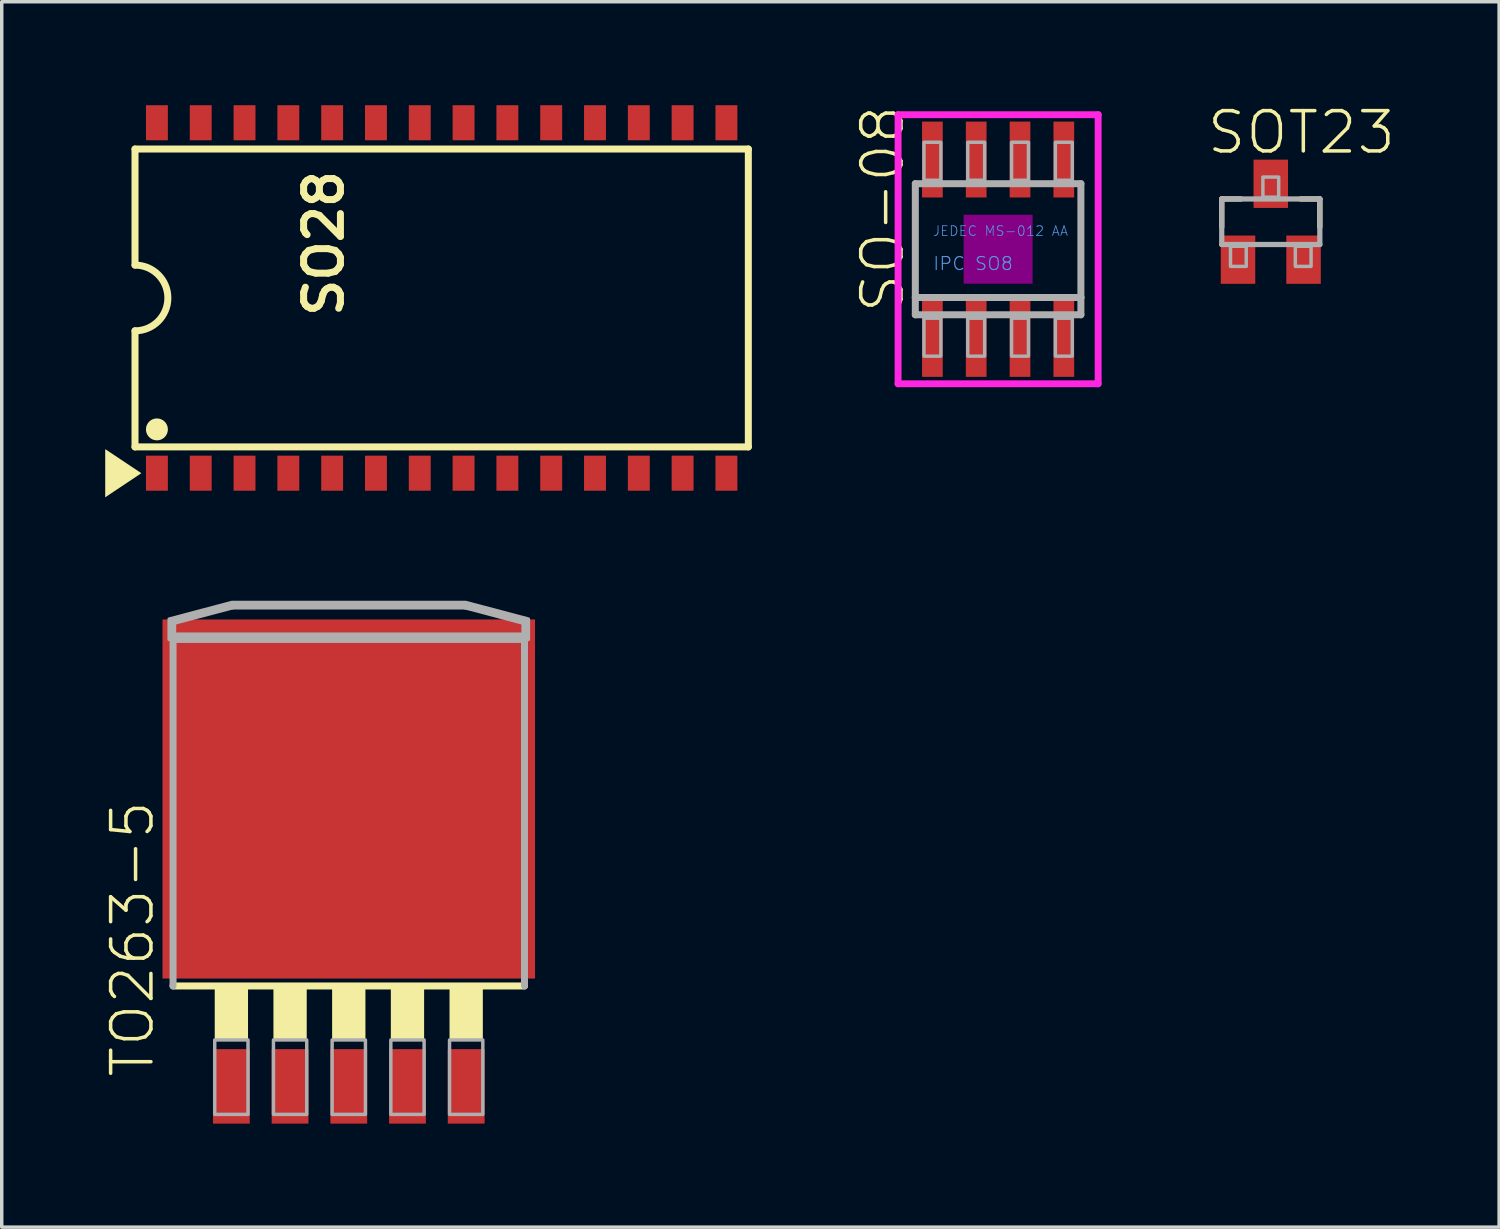
<source format=kicad_pcb>
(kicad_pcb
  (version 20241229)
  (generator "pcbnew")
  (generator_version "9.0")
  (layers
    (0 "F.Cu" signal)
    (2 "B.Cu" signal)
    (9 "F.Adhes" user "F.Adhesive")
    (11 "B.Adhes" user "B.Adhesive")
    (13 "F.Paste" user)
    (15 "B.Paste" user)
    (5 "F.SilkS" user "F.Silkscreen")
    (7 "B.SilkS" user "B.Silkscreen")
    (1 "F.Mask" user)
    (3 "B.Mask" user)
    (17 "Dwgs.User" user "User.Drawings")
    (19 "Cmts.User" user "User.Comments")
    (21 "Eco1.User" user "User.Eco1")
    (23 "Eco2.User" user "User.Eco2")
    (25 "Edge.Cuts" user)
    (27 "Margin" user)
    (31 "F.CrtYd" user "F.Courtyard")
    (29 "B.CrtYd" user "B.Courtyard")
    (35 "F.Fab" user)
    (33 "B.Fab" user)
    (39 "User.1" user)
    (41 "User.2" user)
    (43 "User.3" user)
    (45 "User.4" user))
  (footprint "SOT23"
    (layer "F.Cu")
    (at 33.79 3.378)
    (property "Reference" "SOT23" (at -1.905 -1.905 0) (layer "F.SilkS") (effects (font (size 1.168 1.168) (thickness 0.102)) (justify left bottom)))
    (fp_line (start -1.422 -0.66) (end -0.864 -0.66) (stroke (width 0.152) (type solid)) (layer "F.SilkS"))
    (fp_line (start -1.422 0.152) (end -1.422 -0.66) (stroke (width 0.152) (type solid)) (layer "F.SilkS"))
    (fp_line (start 0.864 -0.66) (end 1.422 -0.66) (stroke (width 0.152) (type solid)) (layer "F.SilkS"))
    (fp_line (start 1.422 -0.66) (end 1.422 0.152) (stroke (width 0.152) (type solid)) (layer "F.SilkS"))
    (fp_line (start -1.422 -0.66) (end 1.422 -0.66) (stroke (width 0.152) (type solid)) (layer "F.Fab"))
    (fp_line (start -1.422 0.66) (end -1.422 -0.66) (stroke (width 0.152) (type solid)) (layer "F.Fab"))
    (fp_line (start 1.422 -0.66) (end 1.422 0.66) (stroke (width 0.152) (type solid)) (layer "F.Fab"))
    (fp_line (start 1.422 0.66) (end -1.422 0.66) (stroke (width 0.152) (type solid)) (layer "F.Fab"))
    (fp_poly (pts (xy -1.168 1.295) (xy -0.711 1.295) (xy -0.711 0.711) (xy -1.168 0.711)) (stroke (width 0.1) (type solid)) (fill no) (layer "F.Fab"))
    (fp_poly (pts (xy -0.229 -0.711) (xy 0.229 -0.711) (xy 0.229 -1.295) (xy -0.229 -1.295)) (stroke (width 0.1) (type solid)) (fill no) (layer "F.Fab"))
    (fp_poly (pts (xy 0.711 1.295) (xy 1.168 1.295) (xy 1.168 0.711) (xy 0.711 0.711)) (stroke (width 0.1) (type solid)) (fill no) (layer "F.Fab"))
    (pad "1" smd rect (at -0.95 1.1) (size 1 1.4) (layers "F.Cu" "F.Mask" "F.Paste"))
    (pad "2" smd rect (at 0.95 1.1) (size 1 1.4) (layers "F.Cu" "F.Mask" "F.Paste"))
    (pad "3" smd rect (at 0 -1.1) (size 1 1.4) (layers "F.Cu" "F.Mask" "F.Paste")))
  (footprint "TO263-5"
    (layer "F.Cu")
    (at 7.061 22.653)
    (property "Reference" "TO263-5" (at -5.588 5.588 90) (layer "F.SilkS") (effects (font (size 1.168 1.168) (thickness 0.102)) (justify left bottom)))
    (fp_line (start 5.094 2.88) (end -5.094 2.88) (stroke (width 0.203) (type solid)) (layer "F.SilkS"))
    (fp_poly (pts (xy -3.886 4.47) (xy -2.921 4.47) (xy -2.921 2.794) (xy -3.886 2.794)) (stroke (width 0) (type solid)) (fill yes) (layer "F.SilkS"))
    (fp_poly (pts (xy -2.184 4.47) (xy -1.219 4.47) (xy -1.219 2.794) (xy -2.184 2.794)) (stroke (width 0) (type solid)) (fill yes) (layer "F.SilkS"))
    (fp_poly (pts (xy -0.483 4.47) (xy 0.483 4.47) (xy 0.483 2.794) (xy -0.483 2.794)) (stroke (width 0) (type solid)) (fill yes) (layer "F.SilkS"))
    (fp_poly (pts (xy 1.219 4.47) (xy 2.184 4.47) (xy 2.184 2.794) (xy 1.219 2.794)) (stroke (width 0) (type solid)) (fill yes) (layer "F.SilkS"))
    (fp_poly (pts (xy 2.921 4.47) (xy 3.886 4.47) (xy 3.886 2.794) (xy 2.921 2.794)) (stroke (width 0) (type solid)) (fill yes) (layer "F.SilkS"))
    (fp_line (start -5.105 -7.678) (end -3.378 -8.135) (stroke (width 0.203) (type solid)) (layer "F.Fab"))
    (fp_line (start -5.105 -7.267) (end -5.105 -7.678) (stroke (width 0.203) (type solid)) (layer "F.Fab"))
    (fp_line (start -5.094 -7.165) (end 5.094 -7.165) (stroke (width 0.203) (type solid)) (layer "F.Fab"))
    (fp_line (start -5.094 2.88) (end -5.094 -7.165) (stroke (width 0.203) (type solid)) (layer "F.Fab"))
    (fp_line (start -3.378 -8.135) (end 3.378 -8.135) (stroke (width 0.203) (type solid)) (layer "F.Fab"))
    (fp_line (start 3.378 -8.135) (end 5.105 -7.678) (stroke (width 0.203) (type solid)) (layer "F.Fab"))
    (fp_line (start 5.094 -7.165) (end 5.094 2.88) (stroke (width 0.203) (type solid)) (layer "F.Fab"))
    (fp_line (start 5.105 -7.678) (end 5.105 -7.267) (stroke (width 0.203) (type solid)) (layer "F.Fab"))
    (fp_line (start 5.105 -7.267) (end -5.105 -7.267) (stroke (width 0.203) (type solid)) (layer "F.Fab"))
    (fp_poly (pts (xy -3.886 6.604) (xy -2.921 6.604) (xy -2.921 4.445) (xy -3.886 4.445)) (stroke (width 0.1) (type solid)) (fill no) (layer "F.Fab"))
    (fp_poly (pts (xy -2.184 6.604) (xy -1.219 6.604) (xy -1.219 4.445) (xy -2.184 4.445)) (stroke (width 0.1) (type solid)) (fill no) (layer "F.Fab"))
    (fp_poly (pts (xy -0.483 6.604) (xy 0.483 6.604) (xy 0.483 4.445) (xy -0.483 4.445)) (stroke (width 0.1) (type solid)) (fill no) (layer "F.Fab"))
    (fp_poly (pts (xy 1.219 6.604) (xy 2.184 6.604) (xy 2.184 4.445) (xy 1.219 4.445)) (stroke (width 0.1) (type solid)) (fill no) (layer "F.Fab"))
    (fp_poly (pts (xy 2.921 6.604) (xy 3.886 6.604) (xy 3.886 4.445) (xy 2.921 4.445)) (stroke (width 0.1) (type solid)) (fill no) (layer "F.Fab"))
    (fp_poly (pts (xy 5.207 -7.756) (xy 5.207 -7.165) (xy -5.207 -7.165) (xy -5.207 -7.756) (xy -3.391 -8.237) (xy 3.391 -8.237)) (stroke (width 0.1) (type solid)) (fill no) (layer "F.Fab"))
    (pad "1" smd rect (at -3.404 5.791) (size 1.067 2.159) (layers "F.Cu" "F.Mask" "F.Paste"))
    (pad "2" smd rect (at -1.702 5.791) (size 1.067 2.159) (layers "F.Cu" "F.Mask" "F.Paste"))
    (pad "3" smd rect (at 0 5.791) (size 1.067 2.159) (layers "F.Cu" "F.Mask" "F.Paste"))
    (pad "4" smd rect (at 1.702 5.791) (size 1.067 2.159) (layers "F.Cu" "F.Mask" "F.Paste"))
    (pad "5" smd rect (at 3.404 5.791) (size 1.067 2.159) (layers "F.Cu" "F.Mask" "F.Paste"))
    (pad "6" smd rect (at 0 -2.54) (size 10.8 10.41) (layers "F.Cu" "F.Mask" "F.Paste")))
  (footprint "SO-08"
    (layer "F.Cu")
    (at 25.885 4.175)
    (property "Reference" "SO-08" (at -2.667 1.905 90) (layer "F.SilkS") (effects (font (size 1.168 1.168) (thickness 0.102)) (justify left bottom)))
    (fp_poly (pts (xy -1 1) (xy 1 1) (xy 1 -1) (xy -1 -1)) (stroke (width 0) (type solid)) (fill yes) (layer "F.Adhes"))
    (fp_line (start -2.9 -3.9) (end 2.9 -3.9) (stroke (width 0.2) (type solid)) (layer "F.CrtYd"))
    (fp_line (start -2.9 3.9) (end -2.9 -3.9) (stroke (width 0.2) (type solid)) (layer "F.CrtYd"))
    (fp_line (start 2.9 -3.9) (end 2.9 3.9) (stroke (width 0.2) (type solid)) (layer "F.CrtYd"))
    (fp_line (start 2.9 3.9) (end -2.9 3.9) (stroke (width 0.2) (type solid)) (layer "F.CrtYd"))
    (fp_line (start -2.4 -1.9) (end 2.4 -1.9) (stroke (width 0.203) (type solid)) (layer "F.Fab"))
    (fp_line (start -2.4 1.4) (end -2.4 -1.9) (stroke (width 0.203) (type solid)) (layer "F.Fab"))
    (fp_line (start -2.4 1.9) (end -2.4 1.4) (stroke (width 0.203) (type solid)) (layer "F.Fab"))
    (fp_line (start 2.4 -1.9) (end 2.4 1.4) (stroke (width 0.203) (type solid)) (layer "F.Fab"))
    (fp_line (start 2.4 1.4) (end -2.4 1.4) (stroke (width 0.203) (type solid)) (layer "F.Fab"))
    (fp_line (start 2.4 1.4) (end 2.4 1.9) (stroke (width 0.203) (type solid)) (layer "F.Fab"))
    (fp_line (start 2.4 1.9) (end -2.4 1.9) (stroke (width 0.203) (type solid)) (layer "F.Fab"))
    (fp_poly (pts (xy -2.15 -2) (xy -1.66 -2) (xy -1.66 -3.1) (xy -2.15 -3.1)) (stroke (width 0.1) (type solid)) (fill no) (layer "F.Fab"))
    (fp_poly (pts (xy -2.15 3.1) (xy -1.66 3.1) (xy -1.66 2) (xy -2.15 2)) (stroke (width 0.1) (type solid)) (fill no) (layer "F.Fab"))
    (fp_poly (pts (xy -0.88 -2) (xy -0.39 -2) (xy -0.39 -3.1) (xy -0.88 -3.1)) (stroke (width 0.1) (type solid)) (fill no) (layer "F.Fab"))
    (fp_poly (pts (xy -0.88 3.1) (xy -0.39 3.1) (xy -0.39 2) (xy -0.88 2)) (stroke (width 0.1) (type solid)) (fill no) (layer "F.Fab"))
    (fp_poly (pts (xy 0.39 -2) (xy 0.88 -2) (xy 0.88 -3.1) (xy 0.39 -3.1)) (stroke (width 0.1) (type solid)) (fill no) (layer "F.Fab"))
    (fp_poly (pts (xy 0.39 3.1) (xy 0.88 3.1) (xy 0.88 2) (xy 0.39 2)) (stroke (width 0.1) (type solid)) (fill no) (layer "F.Fab"))
    (fp_poly (pts (xy 1.66 -2) (xy 2.15 -2) (xy 2.15 -3.1) (xy 1.66 -3.1)) (stroke (width 0.1) (type solid)) (fill no) (layer "F.Fab"))
    (fp_poly (pts (xy 1.66 3.1) (xy 2.15 3.1) (xy 2.15 2) (xy 1.66 2)) (stroke (width 0.1) (type solid)) (fill no) (layer "F.Fab"))
    (fp_text user "IPC SO8" (at -1.905 0.635 0) (layer "Cmts.User") (effects (font (size 0.374 0.374) (thickness 0.033)) (justify left bottom)))
    (fp_text user "JEDEC MS-012 AA" (at -1.905 -0.365 0) (layer "Cmts.User") (effects (font (size 0.28 0.28) (thickness 0.024)) (justify left bottom)))
    (pad "1" smd rect (at -1.905 2.6) (size 0.6 2.2) (layers "F.Cu" "F.Mask" "F.Paste"))
    (pad "2" smd rect (at -0.635 2.6) (size 0.6 2.2) (layers "F.Cu" "F.Mask" "F.Paste"))
    (pad "3" smd rect (at 0.635 2.6) (size 0.6 2.2) (layers "F.Cu" "F.Mask" "F.Paste"))
    (pad "4" smd rect (at 1.905 2.6) (size 0.6 2.2) (layers "F.Cu" "F.Mask" "F.Paste"))
    (pad "5" smd rect (at 1.905 -2.6) (size 0.6 2.2) (layers "F.Cu" "F.Mask" "F.Paste"))
    (pad "6" smd rect (at 0.635 -2.6) (size 0.6 2.2) (layers "F.Cu" "F.Mask" "F.Paste"))
    (pad "7" smd rect (at -0.635 -2.6) (size 0.6 2.2) (layers "F.Cu" "F.Mask" "F.Paste"))
    (pad "8" smd rect (at -1.905 -2.6) (size 0.6 2.2) (layers "F.Cu" "F.Mask" "F.Paste")))
  (footprint "SO28"
    (layer "F.Cu")
    (at 9.754 5.588)
    (property "Reference" "SO28" (at -2.794 0.635 90) (layer "F.SilkS") (effects (font (size 1.067 1.067) (thickness 0.203)) (justify left bottom)))
    (fp_line (start -8.89 -4.318) (end -8.89 -0.953) (stroke (width 0.203) (type solid)) (layer "F.SilkS"))
    (fp_line (start -8.89 0.953) (end -8.89 4.318) (stroke (width 0.203) (type solid)) (layer "F.SilkS"))
    (fp_line (start -8.89 4.318) (end 8.89 4.318) (stroke (width 0.203) (type solid)) (layer "F.SilkS"))
    (fp_line (start 8.89 -4.318) (end -8.89 -4.318) (stroke (width 0.203) (type solid)) (layer "F.SilkS"))
    (fp_line (start 8.89 4.318) (end 8.89 -4.318) (stroke (width 0.203) (type solid)) (layer "F.SilkS"))
    (fp_arc (start -8.89 -0.9525) (mid -7.9375 0) (end -8.89 0.9525) (stroke (width 0.2032) (type solid)) (layer "F.SilkS"))
    (fp_circle (center -8.255 3.81) (end -8.096 3.81) (stroke (width 0.318) (type solid)) (fill yes) (layer "F.SilkS"))
    (fp_poly (pts (xy -8.707 5.08) (xy -9.754 5.778) (xy -9.754 4.382)) (stroke (width 0) (type solid)) (fill yes) (layer "F.SilkS"))
    (pad "1" smd rect (at -8.255 5.08) (size 0.635 1.016) (layers "F.Cu" "F.Mask" "F.Paste"))
    (pad "2" smd rect (at -6.985 5.08) (size 0.635 1.016) (layers "F.Cu" "F.Mask" "F.Paste"))
    (pad "3" smd rect (at -5.715 5.08) (size 0.635 1.016) (layers "F.Cu" "F.Mask" "F.Paste"))
    (pad "4" smd rect (at -4.445 5.08) (size 0.635 1.016) (layers "F.Cu" "F.Mask" "F.Paste"))
    (pad "5" smd rect (at -3.175 5.08) (size 0.635 1.016) (layers "F.Cu" "F.Mask" "F.Paste"))
    (pad "6" smd rect (at -1.905 5.08) (size 0.635 1.016) (layers "F.Cu" "F.Mask" "F.Paste"))
    (pad "7" smd rect (at -0.635 5.08) (size 0.635 1.016) (layers "F.Cu" "F.Mask" "F.Paste"))
    (pad "8" smd rect (at 0.635 5.08) (size 0.635 1.016) (layers "F.Cu" "F.Mask" "F.Paste"))
    (pad "9" smd rect (at 1.905 5.08) (size 0.635 1.016) (layers "F.Cu" "F.Mask" "F.Paste"))
    (pad "10" smd rect (at 3.175 5.08) (size 0.635 1.016) (layers "F.Cu" "F.Mask" "F.Paste"))
    (pad "11" smd rect (at 4.445 5.08) (size 0.635 1.016) (layers "F.Cu" "F.Mask" "F.Paste"))
    (pad "12" smd rect (at 5.715 5.08) (size 0.635 1.016) (layers "F.Cu" "F.Mask" "F.Paste"))
    (pad "13" smd rect (at 6.985 5.08) (size 0.635 1.016) (layers "F.Cu" "F.Mask" "F.Paste"))
    (pad "14" smd rect (at 8.255 5.08) (size 0.635 1.016) (layers "F.Cu" "F.Mask" "F.Paste"))
    (pad "15" smd rect (at 8.255 -5.08) (size 0.635 1.016) (layers "F.Cu" "F.Mask" "F.Paste"))
    (pad "16" smd rect (at 6.985 -5.08) (size 0.635 1.016) (layers "F.Cu" "F.Mask" "F.Paste"))
    (pad "17" smd rect (at 5.715 -5.08) (size 0.635 1.016) (layers "F.Cu" "F.Mask" "F.Paste"))
    (pad "18" smd rect (at 4.445 -5.08) (size 0.635 1.016) (layers "F.Cu" "F.Mask" "F.Paste"))
    (pad "19" smd rect (at 3.175 -5.08) (size 0.635 1.016) (layers "F.Cu" "F.Mask" "F.Paste"))
    (pad "20" smd rect (at 1.905 -5.08) (size 0.635 1.016) (layers "F.Cu" "F.Mask" "F.Paste"))
    (pad "21" smd rect (at 0.635 -5.08) (size 0.635 1.016) (layers "F.Cu" "F.Mask" "F.Paste"))
    (pad "22" smd rect (at -0.635 -5.08) (size 0.635 1.016) (layers "F.Cu" "F.Mask" "F.Paste"))
    (pad "23" smd rect (at -1.905 -5.08) (size 0.635 1.016) (layers "F.Cu" "F.Mask" "F.Paste"))
    (pad "24" smd rect (at -3.175 -5.08) (size 0.635 1.016) (layers "F.Cu" "F.Mask" "F.Paste"))
    (pad "25" smd rect (at -4.445 -5.08) (size 0.635 1.016) (layers "F.Cu" "F.Mask" "F.Paste"))
    (pad "26" smd rect (at -5.715 -5.08) (size 0.635 1.016) (layers "F.Cu" "F.Mask" "F.Paste"))
    (pad "27" smd rect (at -6.985 -5.08) (size 0.635 1.016) (layers "F.Cu" "F.Mask" "F.Paste"))
    (pad "28" smd rect (at -8.255 -5.08) (size 0.635 1.016) (layers "F.Cu" "F.Mask" "F.Paste")))
  (gr_rect
    (start -3 -3)
    (end 40.409 32.524)
    (stroke (width 0.1) (type default))
    (fill no)
    (layer "Edge.Cuts")))
</source>
